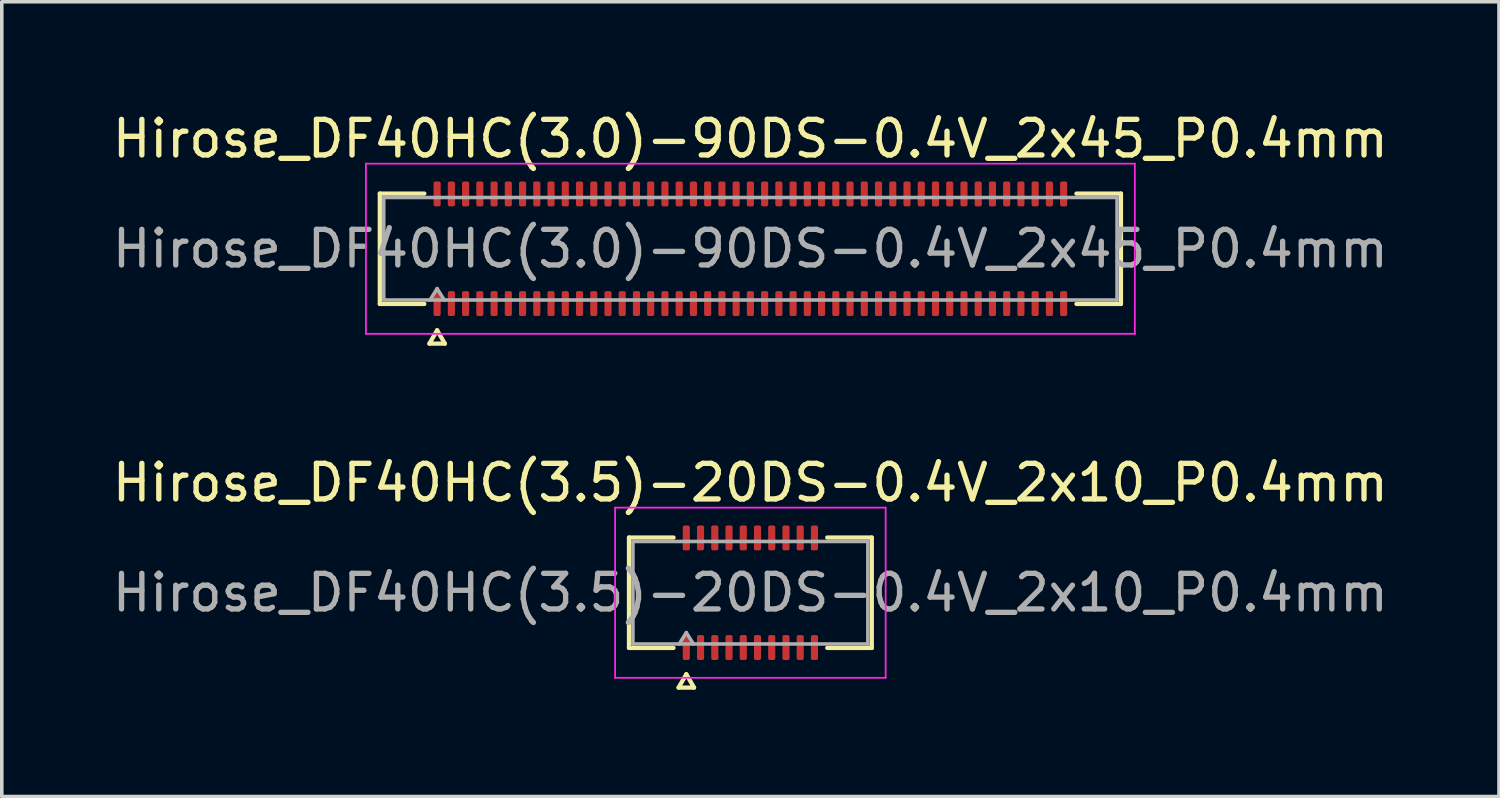
<source format=kicad_pcb>
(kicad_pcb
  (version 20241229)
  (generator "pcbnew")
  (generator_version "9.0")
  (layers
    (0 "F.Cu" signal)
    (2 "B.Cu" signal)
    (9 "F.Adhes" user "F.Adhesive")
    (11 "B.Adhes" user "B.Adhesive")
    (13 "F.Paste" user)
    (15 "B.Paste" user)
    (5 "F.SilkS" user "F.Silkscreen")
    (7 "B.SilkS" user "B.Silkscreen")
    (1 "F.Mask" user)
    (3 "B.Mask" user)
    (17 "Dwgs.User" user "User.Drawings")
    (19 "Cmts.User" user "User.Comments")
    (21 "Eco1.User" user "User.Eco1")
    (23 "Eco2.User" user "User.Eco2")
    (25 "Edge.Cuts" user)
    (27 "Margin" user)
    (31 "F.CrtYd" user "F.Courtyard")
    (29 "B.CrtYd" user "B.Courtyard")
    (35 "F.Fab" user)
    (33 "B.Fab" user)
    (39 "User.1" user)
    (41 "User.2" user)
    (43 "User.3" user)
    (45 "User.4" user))
  (footprint "Hirose_DF40HC(3.0)-90DS-0.4V_2x45_P0.4mm"
    (layer "F.Cu")
    (at 18.03 3.938)
    (property "Reference" "Hirose_DF40HC(3.0)-90DS-0.4V_2x45_P0.4mm" (at 0 -3.09 0) (layer "F.SilkS") (effects (font (size 1 1) (thickness 0.15))))
    (attr smd)
    (fp_line (start -10.41 -1.55) (end -9.16 -1.55) (stroke (width 0.12) (type solid)) (layer "F.SilkS"))
    (fp_line (start -10.41 1.55) (end -10.41 -1.55) (stroke (width 0.12) (type solid)) (layer "F.SilkS"))
    (fp_line (start -9.16 1.55) (end -10.41 1.55) (stroke (width 0.12) (type solid)) (layer "F.SilkS"))
    (fp_line (start -9.017 2.665) (end -8.8 2.29) (stroke (width 0.12) (type solid)) (layer "F.SilkS"))
    (fp_line (start -8.8 2.29) (end -8.583 2.665) (stroke (width 0.12) (type solid)) (layer "F.SilkS"))
    (fp_line (start -8.583 2.665) (end -9.017 2.665) (stroke (width 0.12) (type solid)) (layer "F.SilkS"))
    (fp_line (start 9.16 -1.55) (end 10.41 -1.55) (stroke (width 0.12) (type solid)) (layer "F.SilkS"))
    (fp_line (start 10.41 -1.55) (end 10.41 1.55) (stroke (width 0.12) (type solid)) (layer "F.SilkS"))
    (fp_line (start 10.41 1.55) (end 9.16 1.55) (stroke (width 0.12) (type solid)) (layer "F.SilkS"))
    (fp_line (start -10.8 -2.39) (end -10.8 2.39) (stroke (width 0.05) (type solid)) (layer "F.CrtYd"))
    (fp_line (start -10.8 2.39) (end 10.8 2.39) (stroke (width 0.05) (type solid)) (layer "F.CrtYd"))
    (fp_line (start 10.8 -2.39) (end -10.8 -2.39) (stroke (width 0.05) (type solid)) (layer "F.CrtYd"))
    (fp_line (start 10.8 2.39) (end 10.8 -2.39) (stroke (width 0.05) (type solid)) (layer "F.CrtYd"))
    (fp_line (start -10.3 -1.44) (end 10.3 -1.44) (stroke (width 0.1) (type solid)) (layer "F.Fab"))
    (fp_line (start -10.3 1.44) (end -10.3 -1.44) (stroke (width 0.1) (type solid)) (layer "F.Fab"))
    (fp_line (start -9 1.44) (end -8.8 1.12) (stroke (width 0.1) (type solid)) (layer "F.Fab"))
    (fp_line (start -8.8 1.12) (end -8.6 1.44) (stroke (width 0.1) (type solid)) (layer "F.Fab"))
    (fp_line (start 10.3 -1.44) (end 10.3 1.44) (stroke (width 0.1) (type solid)) (layer "F.Fab"))
    (fp_line (start 10.3 1.44) (end -10.3 1.44) (stroke (width 0.1) (type solid)) (layer "F.Fab"))
    (fp_text user "${REFERENCE}" (at 0 0 0) (layer "F.Fab") (effects (font (size 1 1) (thickness 0.15))))
    (pad "1" smd roundrect (at -8.8 1.54) (size 0.2 0.7) (layers "F.Cu" "F.Mask" "F.Paste") (roundrect_rratio 0.25))
    (pad "2" smd roundrect (at -8.8 -1.54) (size 0.2 0.7) (layers "F.Cu" "F.Mask" "F.Paste") (roundrect_rratio 0.25))
    (pad "3" smd roundrect (at -8.4 1.54) (size 0.2 0.7) (layers "F.Cu" "F.Mask" "F.Paste") (roundrect_rratio 0.25))
    (pad "4" smd roundrect (at -8.4 -1.54) (size 0.2 0.7) (layers "F.Cu" "F.Mask" "F.Paste") (roundrect_rratio 0.25))
    (pad "5" smd roundrect (at -8 1.54) (size 0.2 0.7) (layers "F.Cu" "F.Mask" "F.Paste") (roundrect_rratio 0.25))
    (pad "6" smd roundrect (at -8 -1.54) (size 0.2 0.7) (layers "F.Cu" "F.Mask" "F.Paste") (roundrect_rratio 0.25))
    (pad "7" smd roundrect (at -7.6 1.54) (size 0.2 0.7) (layers "F.Cu" "F.Mask" "F.Paste") (roundrect_rratio 0.25))
    (pad "8" smd roundrect (at -7.6 -1.54) (size 0.2 0.7) (layers "F.Cu" "F.Mask" "F.Paste") (roundrect_rratio 0.25))
    (pad "9" smd roundrect (at -7.2 1.54) (size 0.2 0.7) (layers "F.Cu" "F.Mask" "F.Paste") (roundrect_rratio 0.25))
    (pad "10" smd roundrect (at -7.2 -1.54) (size 0.2 0.7) (layers "F.Cu" "F.Mask" "F.Paste") (roundrect_rratio 0.25))
    (pad "11" smd roundrect (at -6.8 1.54) (size 0.2 0.7) (layers "F.Cu" "F.Mask" "F.Paste") (roundrect_rratio 0.25))
    (pad "12" smd roundrect (at -6.8 -1.54) (size 0.2 0.7) (layers "F.Cu" "F.Mask" "F.Paste") (roundrect_rratio 0.25))
    (pad "13" smd roundrect (at -6.4 1.54) (size 0.2 0.7) (layers "F.Cu" "F.Mask" "F.Paste") (roundrect_rratio 0.25))
    (pad "14" smd roundrect (at -6.4 -1.54) (size 0.2 0.7) (layers "F.Cu" "F.Mask" "F.Paste") (roundrect_rratio 0.25))
    (pad "15" smd roundrect (at -6 1.54) (size 0.2 0.7) (layers "F.Cu" "F.Mask" "F.Paste") (roundrect_rratio 0.25))
    (pad "16" smd roundrect (at -6 -1.54) (size 0.2 0.7) (layers "F.Cu" "F.Mask" "F.Paste") (roundrect_rratio 0.25))
    (pad "17" smd roundrect (at -5.6 1.54) (size 0.2 0.7) (layers "F.Cu" "F.Mask" "F.Paste") (roundrect_rratio 0.25))
    (pad "18" smd roundrect (at -5.6 -1.54) (size 0.2 0.7) (layers "F.Cu" "F.Mask" "F.Paste") (roundrect_rratio 0.25))
    (pad "19" smd roundrect (at -5.2 1.54) (size 0.2 0.7) (layers "F.Cu" "F.Mask" "F.Paste") (roundrect_rratio 0.25))
    (pad "20" smd roundrect (at -5.2 -1.54) (size 0.2 0.7) (layers "F.Cu" "F.Mask" "F.Paste") (roundrect_rratio 0.25))
    (pad "21" smd roundrect (at -4.8 1.54) (size 0.2 0.7) (layers "F.Cu" "F.Mask" "F.Paste") (roundrect_rratio 0.25))
    (pad "22" smd roundrect (at -4.8 -1.54) (size 0.2 0.7) (layers "F.Cu" "F.Mask" "F.Paste") (roundrect_rratio 0.25))
    (pad "23" smd roundrect (at -4.4 1.54) (size 0.2 0.7) (layers "F.Cu" "F.Mask" "F.Paste") (roundrect_rratio 0.25))
    (pad "24" smd roundrect (at -4.4 -1.54) (size 0.2 0.7) (layers "F.Cu" "F.Mask" "F.Paste") (roundrect_rratio 0.25))
    (pad "25" smd roundrect (at -4 1.54) (size 0.2 0.7) (layers "F.Cu" "F.Mask" "F.Paste") (roundrect_rratio 0.25))
    (pad "26" smd roundrect (at -4 -1.54) (size 0.2 0.7) (layers "F.Cu" "F.Mask" "F.Paste") (roundrect_rratio 0.25))
    (pad "27" smd roundrect (at -3.6 1.54) (size 0.2 0.7) (layers "F.Cu" "F.Mask" "F.Paste") (roundrect_rratio 0.25))
    (pad "28" smd roundrect (at -3.6 -1.54) (size 0.2 0.7) (layers "F.Cu" "F.Mask" "F.Paste") (roundrect_rratio 0.25))
    (pad "29" smd roundrect (at -3.2 1.54) (size 0.2 0.7) (layers "F.Cu" "F.Mask" "F.Paste") (roundrect_rratio 0.25))
    (pad "30" smd roundrect (at -3.2 -1.54) (size 0.2 0.7) (layers "F.Cu" "F.Mask" "F.Paste") (roundrect_rratio 0.25))
    (pad "31" smd roundrect (at -2.8 1.54) (size 0.2 0.7) (layers "F.Cu" "F.Mask" "F.Paste") (roundrect_rratio 0.25))
    (pad "32" smd roundrect (at -2.8 -1.54) (size 0.2 0.7) (layers "F.Cu" "F.Mask" "F.Paste") (roundrect_rratio 0.25))
    (pad "33" smd roundrect (at -2.4 1.54) (size 0.2 0.7) (layers "F.Cu" "F.Mask" "F.Paste") (roundrect_rratio 0.25))
    (pad "34" smd roundrect (at -2.4 -1.54) (size 0.2 0.7) (layers "F.Cu" "F.Mask" "F.Paste") (roundrect_rratio 0.25))
    (pad "35" smd roundrect (at -2 1.54) (size 0.2 0.7) (layers "F.Cu" "F.Mask" "F.Paste") (roundrect_rratio 0.25))
    (pad "36" smd roundrect (at -2 -1.54) (size 0.2 0.7) (layers "F.Cu" "F.Mask" "F.Paste") (roundrect_rratio 0.25))
    (pad "37" smd roundrect (at -1.6 1.54) (size 0.2 0.7) (layers "F.Cu" "F.Mask" "F.Paste") (roundrect_rratio 0.25))
    (pad "38" smd roundrect (at -1.6 -1.54) (size 0.2 0.7) (layers "F.Cu" "F.Mask" "F.Paste") (roundrect_rratio 0.25))
    (pad "39" smd roundrect (at -1.2 1.54) (size 0.2 0.7) (layers "F.Cu" "F.Mask" "F.Paste") (roundrect_rratio 0.25))
    (pad "40" smd roundrect (at -1.2 -1.54) (size 0.2 0.7) (layers "F.Cu" "F.Mask" "F.Paste") (roundrect_rratio 0.25))
    (pad "41" smd roundrect (at -0.8 1.54) (size 0.2 0.7) (layers "F.Cu" "F.Mask" "F.Paste") (roundrect_rratio 0.25))
    (pad "42" smd roundrect (at -0.8 -1.54) (size 0.2 0.7) (layers "F.Cu" "F.Mask" "F.Paste") (roundrect_rratio 0.25))
    (pad "43" smd roundrect (at -0.4 1.54) (size 0.2 0.7) (layers "F.Cu" "F.Mask" "F.Paste") (roundrect_rratio 0.25))
    (pad "44" smd roundrect (at -0.4 -1.54) (size 0.2 0.7) (layers "F.Cu" "F.Mask" "F.Paste") (roundrect_rratio 0.25))
    (pad "45" smd roundrect (at 0 1.54) (size 0.2 0.7) (layers "F.Cu" "F.Mask" "F.Paste") (roundrect_rratio 0.25))
    (pad "46" smd roundrect (at 0 -1.54) (size 0.2 0.7) (layers "F.Cu" "F.Mask" "F.Paste") (roundrect_rratio 0.25))
    (pad "47" smd roundrect (at 0.4 1.54) (size 0.2 0.7) (layers "F.Cu" "F.Mask" "F.Paste") (roundrect_rratio 0.25))
    (pad "48" smd roundrect (at 0.4 -1.54) (size 0.2 0.7) (layers "F.Cu" "F.Mask" "F.Paste") (roundrect_rratio 0.25))
    (pad "49" smd roundrect (at 0.8 1.54) (size 0.2 0.7) (layers "F.Cu" "F.Mask" "F.Paste") (roundrect_rratio 0.25))
    (pad "50" smd roundrect (at 0.8 -1.54) (size 0.2 0.7) (layers "F.Cu" "F.Mask" "F.Paste") (roundrect_rratio 0.25))
    (pad "51" smd roundrect (at 1.2 1.54) (size 0.2 0.7) (layers "F.Cu" "F.Mask" "F.Paste") (roundrect_rratio 0.25))
    (pad "52" smd roundrect (at 1.2 -1.54) (size 0.2 0.7) (layers "F.Cu" "F.Mask" "F.Paste") (roundrect_rratio 0.25))
    (pad "53" smd roundrect (at 1.6 1.54) (size 0.2 0.7) (layers "F.Cu" "F.Mask" "F.Paste") (roundrect_rratio 0.25))
    (pad "54" smd roundrect (at 1.6 -1.54) (size 0.2 0.7) (layers "F.Cu" "F.Mask" "F.Paste") (roundrect_rratio 0.25))
    (pad "55" smd roundrect (at 2 1.54) (size 0.2 0.7) (layers "F.Cu" "F.Mask" "F.Paste") (roundrect_rratio 0.25))
    (pad "56" smd roundrect (at 2 -1.54) (size 0.2 0.7) (layers "F.Cu" "F.Mask" "F.Paste") (roundrect_rratio 0.25))
    (pad "57" smd roundrect (at 2.4 1.54) (size 0.2 0.7) (layers "F.Cu" "F.Mask" "F.Paste") (roundrect_rratio 0.25))
    (pad "58" smd roundrect (at 2.4 -1.54) (size 0.2 0.7) (layers "F.Cu" "F.Mask" "F.Paste") (roundrect_rratio 0.25))
    (pad "59" smd roundrect (at 2.8 1.54) (size 0.2 0.7) (layers "F.Cu" "F.Mask" "F.Paste") (roundrect_rratio 0.25))
    (pad "60" smd roundrect (at 2.8 -1.54) (size 0.2 0.7) (layers "F.Cu" "F.Mask" "F.Paste") (roundrect_rratio 0.25))
    (pad "61" smd roundrect (at 3.2 1.54) (size 0.2 0.7) (layers "F.Cu" "F.Mask" "F.Paste") (roundrect_rratio 0.25))
    (pad "62" smd roundrect (at 3.2 -1.54) (size 0.2 0.7) (layers "F.Cu" "F.Mask" "F.Paste") (roundrect_rratio 0.25))
    (pad "63" smd roundrect (at 3.6 1.54) (size 0.2 0.7) (layers "F.Cu" "F.Mask" "F.Paste") (roundrect_rratio 0.25))
    (pad "64" smd roundrect (at 3.6 -1.54) (size 0.2 0.7) (layers "F.Cu" "F.Mask" "F.Paste") (roundrect_rratio 0.25))
    (pad "65" smd roundrect (at 4 1.54) (size 0.2 0.7) (layers "F.Cu" "F.Mask" "F.Paste") (roundrect_rratio 0.25))
    (pad "66" smd roundrect (at 4 -1.54) (size 0.2 0.7) (layers "F.Cu" "F.Mask" "F.Paste") (roundrect_rratio 0.25))
    (pad "67" smd roundrect (at 4.4 1.54) (size 0.2 0.7) (layers "F.Cu" "F.Mask" "F.Paste") (roundrect_rratio 0.25))
    (pad "68" smd roundrect (at 4.4 -1.54) (size 0.2 0.7) (layers "F.Cu" "F.Mask" "F.Paste") (roundrect_rratio 0.25))
    (pad "69" smd roundrect (at 4.8 1.54) (size 0.2 0.7) (layers "F.Cu" "F.Mask" "F.Paste") (roundrect_rratio 0.25))
    (pad "70" smd roundrect (at 4.8 -1.54) (size 0.2 0.7) (layers "F.Cu" "F.Mask" "F.Paste") (roundrect_rratio 0.25))
    (pad "71" smd roundrect (at 5.2 1.54) (size 0.2 0.7) (layers "F.Cu" "F.Mask" "F.Paste") (roundrect_rratio 0.25))
    (pad "72" smd roundrect (at 5.2 -1.54) (size 0.2 0.7) (layers "F.Cu" "F.Mask" "F.Paste") (roundrect_rratio 0.25))
    (pad "73" smd roundrect (at 5.6 1.54) (size 0.2 0.7) (layers "F.Cu" "F.Mask" "F.Paste") (roundrect_rratio 0.25))
    (pad "74" smd roundrect (at 5.6 -1.54) (size 0.2 0.7) (layers "F.Cu" "F.Mask" "F.Paste") (roundrect_rratio 0.25))
    (pad "75" smd roundrect (at 6 1.54) (size 0.2 0.7) (layers "F.Cu" "F.Mask" "F.Paste") (roundrect_rratio 0.25))
    (pad "76" smd roundrect (at 6 -1.54) (size 0.2 0.7) (layers "F.Cu" "F.Mask" "F.Paste") (roundrect_rratio 0.25))
    (pad "77" smd roundrect (at 6.4 1.54) (size 0.2 0.7) (layers "F.Cu" "F.Mask" "F.Paste") (roundrect_rratio 0.25))
    (pad "78" smd roundrect (at 6.4 -1.54) (size 0.2 0.7) (layers "F.Cu" "F.Mask" "F.Paste") (roundrect_rratio 0.25))
    (pad "79" smd roundrect (at 6.8 1.54) (size 0.2 0.7) (layers "F.Cu" "F.Mask" "F.Paste") (roundrect_rratio 0.25))
    (pad "80" smd roundrect (at 6.8 -1.54) (size 0.2 0.7) (layers "F.Cu" "F.Mask" "F.Paste") (roundrect_rratio 0.25))
    (pad "81" smd roundrect (at 7.2 1.54) (size 0.2 0.7) (layers "F.Cu" "F.Mask" "F.Paste") (roundrect_rratio 0.25))
    (pad "82" smd roundrect (at 7.2 -1.54) (size 0.2 0.7) (layers "F.Cu" "F.Mask" "F.Paste") (roundrect_rratio 0.25))
    (pad "83" smd roundrect (at 7.6 1.54) (size 0.2 0.7) (layers "F.Cu" "F.Mask" "F.Paste") (roundrect_rratio 0.25))
    (pad "84" smd roundrect (at 7.6 -1.54) (size 0.2 0.7) (layers "F.Cu" "F.Mask" "F.Paste") (roundrect_rratio 0.25))
    (pad "85" smd roundrect (at 8 1.54) (size 0.2 0.7) (layers "F.Cu" "F.Mask" "F.Paste") (roundrect_rratio 0.25))
    (pad "86" smd roundrect (at 8 -1.54) (size 0.2 0.7) (layers "F.Cu" "F.Mask" "F.Paste") (roundrect_rratio 0.25))
    (pad "87" smd roundrect (at 8.4 1.54) (size 0.2 0.7) (layers "F.Cu" "F.Mask" "F.Paste") (roundrect_rratio 0.25))
    (pad "88" smd roundrect (at 8.4 -1.54) (size 0.2 0.7) (layers "F.Cu" "F.Mask" "F.Paste") (roundrect_rratio 0.25))
    (pad "89" smd roundrect (at 8.8 1.54) (size 0.2 0.7) (layers "F.Cu" "F.Mask" "F.Paste") (roundrect_rratio 0.25))
    (pad "90" smd roundrect (at 8.8 -1.54) (size 0.2 0.7) (layers "F.Cu" "F.Mask" "F.Paste") (roundrect_rratio 0.25)))
  (footprint "Hirose_DF40HC(3.5)-20DS-0.4V_2x10_P0.4mm"
    (layer "F.Cu")
    (at 18.03 13.601)
    (property "Reference" "Hirose_DF40HC(3.5)-20DS-0.4V_2x10_P0.4mm" (at 0 -3.09 0) (layer "F.SilkS") (effects (font (size 1 1) (thickness 0.15))))
    (attr smd)
    (fp_line (start -3.41 -1.55) (end -2.16 -1.55) (stroke (width 0.12) (type solid)) (layer "F.SilkS"))
    (fp_line (start -3.41 1.55) (end -3.41 -1.55) (stroke (width 0.12) (type solid)) (layer "F.SilkS"))
    (fp_line (start -2.16 1.55) (end -3.41 1.55) (stroke (width 0.12) (type solid)) (layer "F.SilkS"))
    (fp_line (start -2.017 2.665) (end -1.8 2.29) (stroke (width 0.12) (type solid)) (layer "F.SilkS"))
    (fp_line (start -1.8 2.29) (end -1.583 2.665) (stroke (width 0.12) (type solid)) (layer "F.SilkS"))
    (fp_line (start -1.583 2.665) (end -2.017 2.665) (stroke (width 0.12) (type solid)) (layer "F.SilkS"))
    (fp_line (start 2.16 -1.55) (end 3.41 -1.55) (stroke (width 0.12) (type solid)) (layer "F.SilkS"))
    (fp_line (start 3.41 -1.55) (end 3.41 1.55) (stroke (width 0.12) (type solid)) (layer "F.SilkS"))
    (fp_line (start 3.41 1.55) (end 2.16 1.55) (stroke (width 0.12) (type solid)) (layer "F.SilkS"))
    (fp_line (start -3.8 -2.39) (end -3.8 2.39) (stroke (width 0.05) (type solid)) (layer "F.CrtYd"))
    (fp_line (start -3.8 2.39) (end 3.8 2.39) (stroke (width 0.05) (type solid)) (layer "F.CrtYd"))
    (fp_line (start 3.8 -2.39) (end -3.8 -2.39) (stroke (width 0.05) (type solid)) (layer "F.CrtYd"))
    (fp_line (start 3.8 2.39) (end 3.8 -2.39) (stroke (width 0.05) (type solid)) (layer "F.CrtYd"))
    (fp_line (start -3.3 -1.44) (end 3.3 -1.44) (stroke (width 0.1) (type solid)) (layer "F.Fab"))
    (fp_line (start -3.3 1.44) (end -3.3 -1.44) (stroke (width 0.1) (type solid)) (layer "F.Fab"))
    (fp_line (start -2 1.44) (end -1.8 1.12) (stroke (width 0.1) (type solid)) (layer "F.Fab"))
    (fp_line (start -1.8 1.12) (end -1.6 1.44) (stroke (width 0.1) (type solid)) (layer "F.Fab"))
    (fp_line (start 3.3 -1.44) (end 3.3 1.44) (stroke (width 0.1) (type solid)) (layer "F.Fab"))
    (fp_line (start 3.3 1.44) (end -3.3 1.44) (stroke (width 0.1) (type solid)) (layer "F.Fab"))
    (fp_text user "${REFERENCE}" (at 0 0 0) (layer "F.Fab") (effects (font (size 1 1) (thickness 0.15))))
    (pad "1" smd roundrect (at -1.8 1.54) (size 0.2 0.7) (layers "F.Cu" "F.Mask" "F.Paste") (roundrect_rratio 0.25))
    (pad "2" smd roundrect (at -1.8 -1.54) (size 0.2 0.7) (layers "F.Cu" "F.Mask" "F.Paste") (roundrect_rratio 0.25))
    (pad "3" smd roundrect (at -1.4 1.54) (size 0.2 0.7) (layers "F.Cu" "F.Mask" "F.Paste") (roundrect_rratio 0.25))
    (pad "4" smd roundrect (at -1.4 -1.54) (size 0.2 0.7) (layers "F.Cu" "F.Mask" "F.Paste") (roundrect_rratio 0.25))
    (pad "5" smd roundrect (at -1 1.54) (size 0.2 0.7) (layers "F.Cu" "F.Mask" "F.Paste") (roundrect_rratio 0.25))
    (pad "6" smd roundrect (at -1 -1.54) (size 0.2 0.7) (layers "F.Cu" "F.Mask" "F.Paste") (roundrect_rratio 0.25))
    (pad "7" smd roundrect (at -0.6 1.54) (size 0.2 0.7) (layers "F.Cu" "F.Mask" "F.Paste") (roundrect_rratio 0.25))
    (pad "8" smd roundrect (at -0.6 -1.54) (size 0.2 0.7) (layers "F.Cu" "F.Mask" "F.Paste") (roundrect_rratio 0.25))
    (pad "9" smd roundrect (at -0.2 1.54) (size 0.2 0.7) (layers "F.Cu" "F.Mask" "F.Paste") (roundrect_rratio 0.25))
    (pad "10" smd roundrect (at -0.2 -1.54) (size 0.2 0.7) (layers "F.Cu" "F.Mask" "F.Paste") (roundrect_rratio 0.25))
    (pad "11" smd roundrect (at 0.2 1.54) (size 0.2 0.7) (layers "F.Cu" "F.Mask" "F.Paste") (roundrect_rratio 0.25))
    (pad "12" smd roundrect (at 0.2 -1.54) (size 0.2 0.7) (layers "F.Cu" "F.Mask" "F.Paste") (roundrect_rratio 0.25))
    (pad "13" smd roundrect (at 0.6 1.54) (size 0.2 0.7) (layers "F.Cu" "F.Mask" "F.Paste") (roundrect_rratio 0.25))
    (pad "14" smd roundrect (at 0.6 -1.54) (size 0.2 0.7) (layers "F.Cu" "F.Mask" "F.Paste") (roundrect_rratio 0.25))
    (pad "15" smd roundrect (at 1 1.54) (size 0.2 0.7) (layers "F.Cu" "F.Mask" "F.Paste") (roundrect_rratio 0.25))
    (pad "16" smd roundrect (at 1 -1.54) (size 0.2 0.7) (layers "F.Cu" "F.Mask" "F.Paste") (roundrect_rratio 0.25))
    (pad "17" smd roundrect (at 1.4 1.54) (size 0.2 0.7) (layers "F.Cu" "F.Mask" "F.Paste") (roundrect_rratio 0.25))
    (pad "18" smd roundrect (at 1.4 -1.54) (size 0.2 0.7) (layers "F.Cu" "F.Mask" "F.Paste") (roundrect_rratio 0.25))
    (pad "19" smd roundrect (at 1.8 1.54) (size 0.2 0.7) (layers "F.Cu" "F.Mask" "F.Paste") (roundrect_rratio 0.25))
    (pad "20" smd roundrect (at 1.8 -1.54) (size 0.2 0.7) (layers "F.Cu" "F.Mask" "F.Paste") (roundrect_rratio 0.25)))
  (gr_rect
    (start -3 -3)
    (end 39.06 19.326)
    (stroke (width 0.1) (type default))
    (fill no)
    (layer "Edge.Cuts")))
</source>
